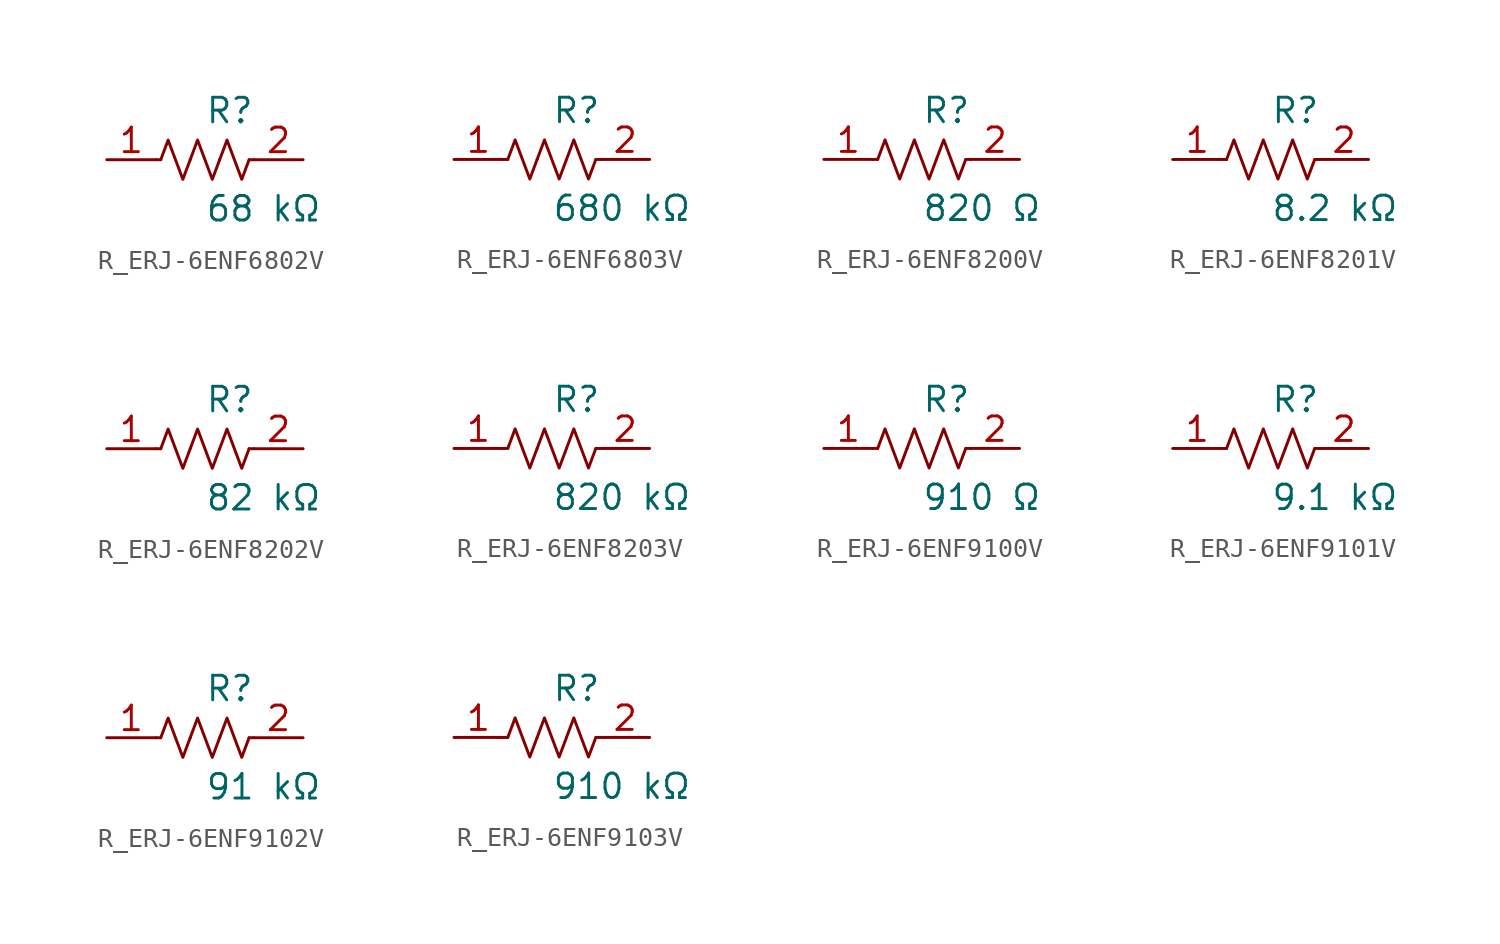
<source format=kicad_sym>
(kicad_symbol_lib
  (version 20231120)
  (generator kicad_symbol_editor)
  (generator_version 8.0)
  (symbol "R_ERJ-6ENF6802V"
    (pin_names
      (offset 0.254))
    (property "Reference" "R"
      (at 0.0 2.54 0)
      (effects (font (size 1.27 1.27)) (justify left)))
    (property "Value" "68 kΩ"
      (at 0.0 -2.54 0)
      (effects (font (size 1.27 1.27)) (justify left)))
    (symbol "R_ERJ-6ENF6802V_0_1"
      (polyline (pts (xy 2.286 0) (xy 2.54 0)) (stroke (width 0) (type default)) (fill (type none)))
      (polyline (pts (xy -2.286 0) (xy -2.54 0)) (stroke (width 0) (type default)) (fill (type none)))
      (polyline (pts (xy 0.762 0) (xy 1.143 1.016) (xy 1.524 0) (xy 1.905 -1.016) (xy 2.286 0)) (stroke (width 0) (type default)) (fill (type none)))
      (polyline (pts (xy -0.762 0) (xy -0.381 1.016) (xy 0 0) (xy 0.381 -1.016) (xy 0.762 0)) (stroke (width 0) (type default)) (fill (type none)))
      (polyline (pts (xy -2.286 0) (xy -1.905 1.016) (xy -1.524 0) (xy -1.143 -1.016) (xy -0.762 0)) (stroke (width 0) (type default)) (fill (type none))))
    (pin unspecified line
      (at -5.08 0 0)
      (length 2.54)
      (name "" (effects (font (size 1.27 1.27))))
      (number "1" (effects (font (size 1.27 1.27)))))
    (pin unspecified line
      (at 5.08 0 180)
      (length 2.54)
      (name "" (effects (font (size 1.27 1.27))))
      (number "2" (effects (font (size 1.27 1.27))))))
  (symbol "R_ERJ-6ENF6803V"
    (pin_names
      (offset 0.254))
    (property "Reference" "R"
      (at 0.0 2.54 0)
      (effects (font (size 1.27 1.27)) (justify left)))
    (property "Value" "680 kΩ"
      (at 0.0 -2.54 0)
      (effects (font (size 1.27 1.27)) (justify left)))
    (symbol "R_ERJ-6ENF6803V_0_1"
      (polyline (pts (xy 2.286 0) (xy 2.54 0)) (stroke (width 0) (type default)) (fill (type none)))
      (polyline (pts (xy -2.286 0) (xy -2.54 0)) (stroke (width 0) (type default)) (fill (type none)))
      (polyline (pts (xy 0.762 0) (xy 1.143 1.016) (xy 1.524 0) (xy 1.905 -1.016) (xy 2.286 0)) (stroke (width 0) (type default)) (fill (type none)))
      (polyline (pts (xy -0.762 0) (xy -0.381 1.016) (xy 0 0) (xy 0.381 -1.016) (xy 0.762 0)) (stroke (width 0) (type default)) (fill (type none)))
      (polyline (pts (xy -2.286 0) (xy -1.905 1.016) (xy -1.524 0) (xy -1.143 -1.016) (xy -0.762 0)) (stroke (width 0) (type default)) (fill (type none))))
    (pin unspecified line
      (at -5.08 0 0)
      (length 2.54)
      (name "" (effects (font (size 1.27 1.27))))
      (number "1" (effects (font (size 1.27 1.27)))))
    (pin unspecified line
      (at 5.08 0 180)
      (length 2.54)
      (name "" (effects (font (size 1.27 1.27))))
      (number "2" (effects (font (size 1.27 1.27))))))
  (symbol "R_ERJ-6ENF8200V"
    (pin_names
      (offset 0.254))
    (property "Reference" "R"
      (at 0.0 2.54 0)
      (effects (font (size 1.27 1.27)) (justify left)))
    (property "Value" "820 Ω"
      (at 0.0 -2.54 0)
      (effects (font (size 1.27 1.27)) (justify left)))
    (symbol "R_ERJ-6ENF8200V_0_1"
      (polyline (pts (xy 2.286 0) (xy 2.54 0)) (stroke (width 0) (type default)) (fill (type none)))
      (polyline (pts (xy -2.286 0) (xy -2.54 0)) (stroke (width 0) (type default)) (fill (type none)))
      (polyline (pts (xy 0.762 0) (xy 1.143 1.016) (xy 1.524 0) (xy 1.905 -1.016) (xy 2.286 0)) (stroke (width 0) (type default)) (fill (type none)))
      (polyline (pts (xy -0.762 0) (xy -0.381 1.016) (xy 0 0) (xy 0.381 -1.016) (xy 0.762 0)) (stroke (width 0) (type default)) (fill (type none)))
      (polyline (pts (xy -2.286 0) (xy -1.905 1.016) (xy -1.524 0) (xy -1.143 -1.016) (xy -0.762 0)) (stroke (width 0) (type default)) (fill (type none))))
    (pin unspecified line
      (at -5.08 0 0)
      (length 2.54)
      (name "" (effects (font (size 1.27 1.27))))
      (number "1" (effects (font (size 1.27 1.27)))))
    (pin unspecified line
      (at 5.08 0 180)
      (length 2.54)
      (name "" (effects (font (size 1.27 1.27))))
      (number "2" (effects (font (size 1.27 1.27))))))
  (symbol "R_ERJ-6ENF8201V"
    (pin_names
      (offset 0.254))
    (property "Reference" "R"
      (at 0.0 2.54 0)
      (effects (font (size 1.27 1.27)) (justify left)))
    (property "Value" "8.2 kΩ"
      (at 0.0 -2.54 0)
      (effects (font (size 1.27 1.27)) (justify left)))
    (symbol "R_ERJ-6ENF8201V_0_1"
      (polyline (pts (xy 2.286 0) (xy 2.54 0)) (stroke (width 0) (type default)) (fill (type none)))
      (polyline (pts (xy -2.286 0) (xy -2.54 0)) (stroke (width 0) (type default)) (fill (type none)))
      (polyline (pts (xy 0.762 0) (xy 1.143 1.016) (xy 1.524 0) (xy 1.905 -1.016) (xy 2.286 0)) (stroke (width 0) (type default)) (fill (type none)))
      (polyline (pts (xy -0.762 0) (xy -0.381 1.016) (xy 0 0) (xy 0.381 -1.016) (xy 0.762 0)) (stroke (width 0) (type default)) (fill (type none)))
      (polyline (pts (xy -2.286 0) (xy -1.905 1.016) (xy -1.524 0) (xy -1.143 -1.016) (xy -0.762 0)) (stroke (width 0) (type default)) (fill (type none))))
    (pin unspecified line
      (at -5.08 0 0)
      (length 2.54)
      (name "" (effects (font (size 1.27 1.27))))
      (number "1" (effects (font (size 1.27 1.27)))))
    (pin unspecified line
      (at 5.08 0 180)
      (length 2.54)
      (name "" (effects (font (size 1.27 1.27))))
      (number "2" (effects (font (size 1.27 1.27))))))
  (symbol "R_ERJ-6ENF8202V"
    (pin_names
      (offset 0.254))
    (property "Reference" "R"
      (at 0.0 2.54 0)
      (effects (font (size 1.27 1.27)) (justify left)))
    (property "Value" "82 kΩ"
      (at 0.0 -2.54 0)
      (effects (font (size 1.27 1.27)) (justify left)))
    (symbol "R_ERJ-6ENF8202V_0_1"
      (polyline (pts (xy 2.286 0) (xy 2.54 0)) (stroke (width 0) (type default)) (fill (type none)))
      (polyline (pts (xy -2.286 0) (xy -2.54 0)) (stroke (width 0) (type default)) (fill (type none)))
      (polyline (pts (xy 0.762 0) (xy 1.143 1.016) (xy 1.524 0) (xy 1.905 -1.016) (xy 2.286 0)) (stroke (width 0) (type default)) (fill (type none)))
      (polyline (pts (xy -0.762 0) (xy -0.381 1.016) (xy 0 0) (xy 0.381 -1.016) (xy 0.762 0)) (stroke (width 0) (type default)) (fill (type none)))
      (polyline (pts (xy -2.286 0) (xy -1.905 1.016) (xy -1.524 0) (xy -1.143 -1.016) (xy -0.762 0)) (stroke (width 0) (type default)) (fill (type none))))
    (pin unspecified line
      (at -5.08 0 0)
      (length 2.54)
      (name "" (effects (font (size 1.27 1.27))))
      (number "1" (effects (font (size 1.27 1.27)))))
    (pin unspecified line
      (at 5.08 0 180)
      (length 2.54)
      (name "" (effects (font (size 1.27 1.27))))
      (number "2" (effects (font (size 1.27 1.27))))))
  (symbol "R_ERJ-6ENF8203V"
    (pin_names
      (offset 0.254))
    (property "Reference" "R"
      (at 0.0 2.54 0)
      (effects (font (size 1.27 1.27)) (justify left)))
    (property "Value" "820 kΩ"
      (at 0.0 -2.54 0)
      (effects (font (size 1.27 1.27)) (justify left)))
    (symbol "R_ERJ-6ENF8203V_0_1"
      (polyline (pts (xy 2.286 0) (xy 2.54 0)) (stroke (width 0) (type default)) (fill (type none)))
      (polyline (pts (xy -2.286 0) (xy -2.54 0)) (stroke (width 0) (type default)) (fill (type none)))
      (polyline (pts (xy 0.762 0) (xy 1.143 1.016) (xy 1.524 0) (xy 1.905 -1.016) (xy 2.286 0)) (stroke (width 0) (type default)) (fill (type none)))
      (polyline (pts (xy -0.762 0) (xy -0.381 1.016) (xy 0 0) (xy 0.381 -1.016) (xy 0.762 0)) (stroke (width 0) (type default)) (fill (type none)))
      (polyline (pts (xy -2.286 0) (xy -1.905 1.016) (xy -1.524 0) (xy -1.143 -1.016) (xy -0.762 0)) (stroke (width 0) (type default)) (fill (type none))))
    (pin unspecified line
      (at -5.08 0 0)
      (length 2.54)
      (name "" (effects (font (size 1.27 1.27))))
      (number "1" (effects (font (size 1.27 1.27)))))
    (pin unspecified line
      (at 5.08 0 180)
      (length 2.54)
      (name "" (effects (font (size 1.27 1.27))))
      (number "2" (effects (font (size 1.27 1.27))))))
  (symbol "R_ERJ-6ENF9100V"
    (pin_names
      (offset 0.254))
    (property "Reference" "R"
      (at 0.0 2.54 0)
      (effects (font (size 1.27 1.27)) (justify left)))
    (property "Value" "910 Ω"
      (at 0.0 -2.54 0)
      (effects (font (size 1.27 1.27)) (justify left)))
    (symbol "R_ERJ-6ENF9100V_0_1"
      (polyline (pts (xy 2.286 0) (xy 2.54 0)) (stroke (width 0) (type default)) (fill (type none)))
      (polyline (pts (xy -2.286 0) (xy -2.54 0)) (stroke (width 0) (type default)) (fill (type none)))
      (polyline (pts (xy 0.762 0) (xy 1.143 1.016) (xy 1.524 0) (xy 1.905 -1.016) (xy 2.286 0)) (stroke (width 0) (type default)) (fill (type none)))
      (polyline (pts (xy -0.762 0) (xy -0.381 1.016) (xy 0 0) (xy 0.381 -1.016) (xy 0.762 0)) (stroke (width 0) (type default)) (fill (type none)))
      (polyline (pts (xy -2.286 0) (xy -1.905 1.016) (xy -1.524 0) (xy -1.143 -1.016) (xy -0.762 0)) (stroke (width 0) (type default)) (fill (type none))))
    (pin unspecified line
      (at -5.08 0 0)
      (length 2.54)
      (name "" (effects (font (size 1.27 1.27))))
      (number "1" (effects (font (size 1.27 1.27)))))
    (pin unspecified line
      (at 5.08 0 180)
      (length 2.54)
      (name "" (effects (font (size 1.27 1.27))))
      (number "2" (effects (font (size 1.27 1.27))))))
  (symbol "R_ERJ-6ENF9101V"
    (pin_names
      (offset 0.254))
    (property "Reference" "R"
      (at 0.0 2.54 0)
      (effects (font (size 1.27 1.27)) (justify left)))
    (property "Value" "9.1 kΩ"
      (at 0.0 -2.54 0)
      (effects (font (size 1.27 1.27)) (justify left)))
    (symbol "R_ERJ-6ENF9101V_0_1"
      (polyline (pts (xy 2.286 0) (xy 2.54 0)) (stroke (width 0) (type default)) (fill (type none)))
      (polyline (pts (xy -2.286 0) (xy -2.54 0)) (stroke (width 0) (type default)) (fill (type none)))
      (polyline (pts (xy 0.762 0) (xy 1.143 1.016) (xy 1.524 0) (xy 1.905 -1.016) (xy 2.286 0)) (stroke (width 0) (type default)) (fill (type none)))
      (polyline (pts (xy -0.762 0) (xy -0.381 1.016) (xy 0 0) (xy 0.381 -1.016) (xy 0.762 0)) (stroke (width 0) (type default)) (fill (type none)))
      (polyline (pts (xy -2.286 0) (xy -1.905 1.016) (xy -1.524 0) (xy -1.143 -1.016) (xy -0.762 0)) (stroke (width 0) (type default)) (fill (type none))))
    (pin unspecified line
      (at -5.08 0 0)
      (length 2.54)
      (name "" (effects (font (size 1.27 1.27))))
      (number "1" (effects (font (size 1.27 1.27)))))
    (pin unspecified line
      (at 5.08 0 180)
      (length 2.54)
      (name "" (effects (font (size 1.27 1.27))))
      (number "2" (effects (font (size 1.27 1.27))))))
  (symbol "R_ERJ-6ENF9102V"
    (pin_names
      (offset 0.254))
    (property "Reference" "R"
      (at 0.0 2.54 0)
      (effects (font (size 1.27 1.27)) (justify left)))
    (property "Value" "91 kΩ"
      (at 0.0 -2.54 0)
      (effects (font (size 1.27 1.27)) (justify left)))
    (symbol "R_ERJ-6ENF9102V_0_1"
      (polyline (pts (xy 2.286 0) (xy 2.54 0)) (stroke (width 0) (type default)) (fill (type none)))
      (polyline (pts (xy -2.286 0) (xy -2.54 0)) (stroke (width 0) (type default)) (fill (type none)))
      (polyline (pts (xy 0.762 0) (xy 1.143 1.016) (xy 1.524 0) (xy 1.905 -1.016) (xy 2.286 0)) (stroke (width 0) (type default)) (fill (type none)))
      (polyline (pts (xy -0.762 0) (xy -0.381 1.016) (xy 0 0) (xy 0.381 -1.016) (xy 0.762 0)) (stroke (width 0) (type default)) (fill (type none)))
      (polyline (pts (xy -2.286 0) (xy -1.905 1.016) (xy -1.524 0) (xy -1.143 -1.016) (xy -0.762 0)) (stroke (width 0) (type default)) (fill (type none))))
    (pin unspecified line
      (at -5.08 0 0)
      (length 2.54)
      (name "" (effects (font (size 1.27 1.27))))
      (number "1" (effects (font (size 1.27 1.27)))))
    (pin unspecified line
      (at 5.08 0 180)
      (length 2.54)
      (name "" (effects (font (size 1.27 1.27))))
      (number "2" (effects (font (size 1.27 1.27))))))
  (symbol "R_ERJ-6ENF9103V"
    (pin_names
      (offset 0.254))
    (property "Reference" "R"
      (at 0.0 2.54 0)
      (effects (font (size 1.27 1.27)) (justify left)))
    (property "Value" "910 kΩ"
      (at 0.0 -2.54 0)
      (effects (font (size 1.27 1.27)) (justify left)))
    (symbol "R_ERJ-6ENF9103V_0_1"
      (polyline (pts (xy 2.286 0) (xy 2.54 0)) (stroke (width 0) (type default)) (fill (type none)))
      (polyline (pts (xy -2.286 0) (xy -2.54 0)) (stroke (width 0) (type default)) (fill (type none)))
      (polyline (pts (xy 0.762 0) (xy 1.143 1.016) (xy 1.524 0) (xy 1.905 -1.016) (xy 2.286 0)) (stroke (width 0) (type default)) (fill (type none)))
      (polyline (pts (xy -0.762 0) (xy -0.381 1.016) (xy 0 0) (xy 0.381 -1.016) (xy 0.762 0)) (stroke (width 0) (type default)) (fill (type none)))
      (polyline (pts (xy -2.286 0) (xy -1.905 1.016) (xy -1.524 0) (xy -1.143 -1.016) (xy -0.762 0)) (stroke (width 0) (type default)) (fill (type none))))
    (pin unspecified line
      (at -5.08 0 0)
      (length 2.54)
      (name "" (effects (font (size 1.27 1.27))))
      (number "1" (effects (font (size 1.27 1.27)))))
    (pin unspecified line
      (at 5.08 0 180)
      (length 2.54)
      (name "" (effects (font (size 1.27 1.27))))
      (number "2" (effects (font (size 1.27 1.27)))))))
</source>
